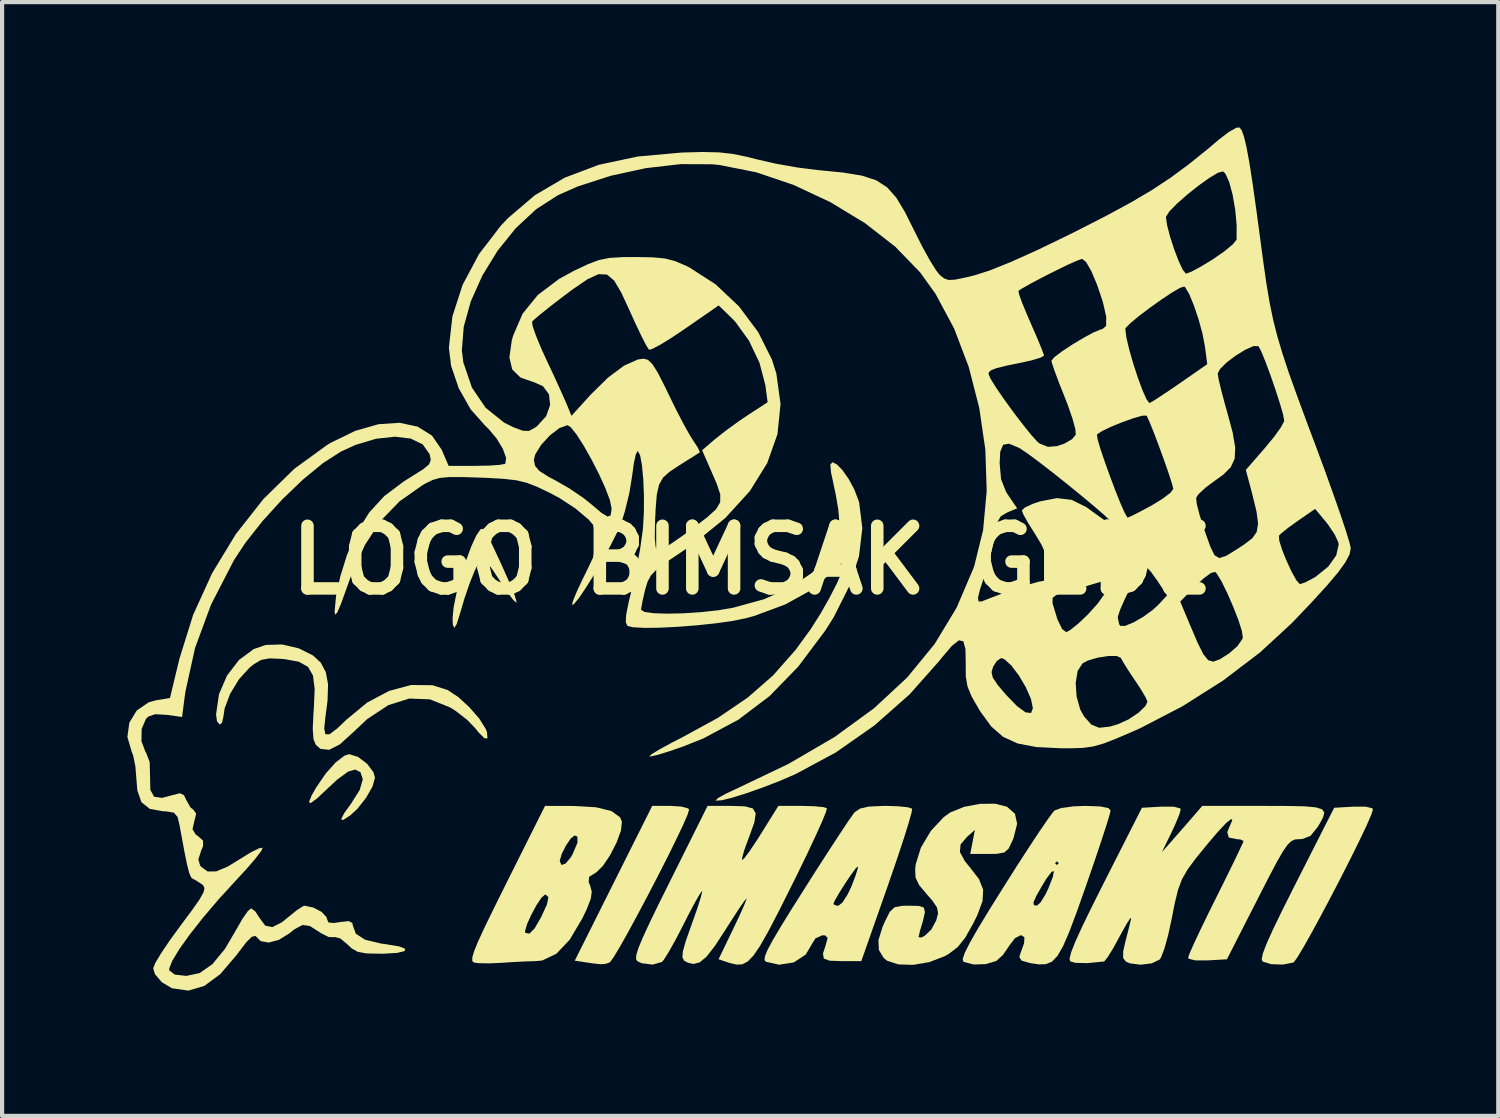
<source format=kicad_pcb>
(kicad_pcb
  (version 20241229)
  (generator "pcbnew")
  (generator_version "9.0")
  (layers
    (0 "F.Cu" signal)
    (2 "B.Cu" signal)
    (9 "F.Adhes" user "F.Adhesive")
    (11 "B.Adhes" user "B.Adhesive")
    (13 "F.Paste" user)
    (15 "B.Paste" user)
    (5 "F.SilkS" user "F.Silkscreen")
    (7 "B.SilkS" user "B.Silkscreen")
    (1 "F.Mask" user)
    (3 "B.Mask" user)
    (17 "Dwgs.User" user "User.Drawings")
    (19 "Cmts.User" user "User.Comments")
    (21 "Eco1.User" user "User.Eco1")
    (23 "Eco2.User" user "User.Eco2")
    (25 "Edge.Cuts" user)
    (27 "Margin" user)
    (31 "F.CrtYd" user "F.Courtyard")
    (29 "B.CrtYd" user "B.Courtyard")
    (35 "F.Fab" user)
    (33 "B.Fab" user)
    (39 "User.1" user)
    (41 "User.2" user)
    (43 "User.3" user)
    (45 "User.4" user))
  (footprint "LOGO BIMSAK GEDE"
    (layer "F.Cu")
    (at 14.955 10.361)
    (property "Reference" "LOGO BIMSAK GEDE" (at 0 0 0) (layer "F.SilkS") (effects (font (size 1.5 1.5) (thickness 0.3))))
    (attr board_only exclude_from_pos_files exclude_from_bom)
    (fp_poly (pts (xy -1.694 5.901) (xy -1.534 5.943) (xy -1.505 5.975) (xy -1.544 6.101) (xy -1.653 6.351) (xy -1.818 6.697) (xy -2.023 7.113) (xy -2.255 7.569) (xy -2.499 8.039) (xy -2.741 8.495) (xy -2.966 8.91) (xy -3.16 9.255) (xy -3.309 9.503) (xy -3.398 9.627) (xy -3.409 9.635) (xy -3.513 9.669) (xy -3.624 9.676) (xy -3.805 9.657) (xy -4.002 9.628) (xy -4.243 9.591) (xy -3.316 7.738) (xy -2.389 5.885) (xy -1.947 5.885)) (stroke (width 0) (type solid)) (fill yes) (layer "F.SilkS"))
    (fp_poly (pts (xy 14.692 5.903) (xy 14.849 5.94) (xy 14.868 5.97) (xy 14.829 6.097) (xy 14.72 6.348) (xy 14.555 6.695) (xy 14.35 7.111) (xy 14.118 7.568) (xy 13.874 8.039) (xy 13.632 8.495) (xy 13.407 8.91) (xy 13.213 9.255) (xy 13.064 9.504) (xy 12.975 9.627) (xy 12.964 9.635) (xy 12.711 9.684) (xy 12.432 9.675) (xy 12.227 9.613) (xy 12.205 9.553) (xy 12.233 9.419) (xy 12.317 9.195) (xy 12.465 8.865) (xy 12.683 8.414) (xy 12.978 7.825) (xy 13.024 7.734) (xy 13.94 5.93) (xy 14.404 5.903)) (stroke (width 0) (type solid)) (fill yes) (layer "F.SilkS"))
    (fp_poly (pts (xy -9.429 4.714) (xy -9.215 4.877) (xy -9.063 5.079) (xy -9.027 5.211) (xy -9.087 5.425) (xy -9.241 5.693) (xy -9.447 5.954) (xy -9.617 6.111) (xy -9.788 6.222) (xy -9.838 6.207) (xy -9.767 6.065) (xy -9.597 5.828) (xy -9.393 5.505) (xy -9.318 5.249) (xy -9.374 5.077) (xy -9.502 5.015) (xy -9.67 5.064) (xy -9.926 5.251) (xy -10.144 5.453) (xy -10.41 5.703) (xy -10.564 5.817) (xy -10.608 5.795) (xy -10.544 5.636) (xy -10.434 5.443) (xy -10.204 5.108) (xy -9.967 4.843) (xy -9.755 4.681) (xy -9.642 4.646)) (stroke (width 0) (type solid)) (fill yes) (layer "F.SilkS"))
    (fp_poly (pts (xy -6.383 -0.682) (xy -6.306 -0.553) (xy -6.017 0.066) (xy -5.809 0.532) (xy -5.682 0.843) (xy -5.637 0.999) (xy -5.644 1.018) (xy -5.72 0.948) (xy -5.857 0.765) (xy -6.028 0.507) (xy -6.041 0.487) (xy -6.215 0.224) (xy -6.362 0.035) (xy -6.451 -0.044) (xy -6.455 -0.044) (xy -6.529 0.035) (xy -6.636 0.247) (xy -6.76 0.555) (xy -6.885 0.921) (xy -6.986 1.263) (xy -7.069 1.529) (xy -7.128 1.624) (xy -7.162 1.546) (xy -7.169 1.388) (xy -7.142 1.121) (xy -7.072 0.777) (xy -6.97 0.396) (xy -6.849 0.016) (xy -6.722 -0.325) (xy -6.602 -0.588) (xy -6.501 -0.735) (xy -6.465 -0.752)) (stroke (width 0) (type solid)) (fill yes) (layer "F.SilkS"))
    (fp_poly (pts (xy 3.502 5.894) (xy 3.733 5.918) (xy 3.836 5.952) (xy 3.836 5.952) (xy 3.82 6.051) (xy 3.752 6.292) (xy 3.641 6.649) (xy 3.493 7.097) (xy 3.317 7.61) (xy 3.248 7.81) (xy 2.618 9.602) (xy 2.15 9.602) (xy 1.861 9.592) (xy 1.721 9.542) (xy 1.7 9.422) (xy 1.768 9.21) (xy 1.812 9.046) (xy 1.756 8.988) (xy 1.685 8.983) (xy 1.52 9.057) (xy 1.465 9.144) (xy 1.286 9.446) (xy 1.001 9.633) (xy 0.65 9.688) (xy 0.336 9.618) (xy 0.3 9.578) (xy 0.309 9.49) (xy 0.371 9.337) (xy 0.497 9.102) (xy 0.695 8.768) (xy 0.974 8.316) (xy 1.025 8.237) (xy 1.947 8.237) (xy 2.018 8.272) (xy 2.068 8.275) (xy 2.166 8.2) (xy 2.29 8.005) (xy 2.379 7.819) (xy 2.477 7.564) (xy 2.533 7.385) (xy 2.537 7.331) (xy 2.482 7.383) (xy 2.367 7.54) (xy 2.225 7.752) (xy 2.087 7.971) (xy 1.984 8.15) (xy 1.947 8.237) (xy 1.025 8.237) (xy 1.252 7.877) (xy 1.567 7.381) (xy 1.858 6.93) (xy 2.109 6.546) (xy 2.304 6.253) (xy 2.428 6.076) (xy 2.455 6.04) (xy 2.585 5.95) (xy 2.797 5.902) (xy 3.137 5.886) (xy 3.195 5.885)) (stroke (width 0) (type solid)) (fill yes) (layer "F.SilkS"))
    (fp_poly (pts (xy 6.106 5.905) (xy 6.107 5.906) (xy 6.297 6.073) (xy 6.349 6.313) (xy 6.265 6.648) (xy 6.242 6.707) (xy 6.148 6.903) (xy 6.043 7) (xy 5.864 7.033) (xy 5.665 7.036) (xy 5.226 7.036) (xy 5.282 6.748) (xy 5.337 6.461) (xy 5.147 6.629) (xy 4.995 6.808) (xy 4.978 6.989) (xy 5.099 7.21) (xy 5.22 7.358) (xy 5.437 7.64) (xy 5.536 7.892) (xy 5.521 8.164) (xy 5.395 8.503) (xy 5.299 8.697) (xy 5.107 9.039) (xy 4.926 9.266) (xy 4.713 9.428) (xy 4.61 9.486) (xy 4.247 9.625) (xy 3.863 9.691) (xy 3.509 9.681) (xy 3.237 9.594) (xy 3.156 9.529) (xy 3.039 9.336) (xy 3.028 9.102) (xy 3.125 8.785) (xy 3.184 8.651) (xy 3.299 8.422) (xy 3.414 8.312) (xy 3.597 8.277) (xy 3.767 8.275) (xy 3.994 8.28) (xy 4.114 8.318) (xy 4.142 8.428) (xy 4.093 8.644) (xy 4.021 8.882) (xy 3.989 9.028) (xy 4.052 9.037) (xy 4.137 8.995) (xy 4.295 8.844) (xy 4.412 8.627) (xy 4.456 8.456) (xy 4.43 8.315) (xy 4.313 8.145) (xy 4.189 8.005) (xy 4.002 7.78) (xy 3.917 7.604) (xy 3.907 7.406) (xy 3.92 7.285) (xy 4.045 6.883) (xy 4.285 6.481) (xy 4.593 6.152) (xy 4.75 6.041) (xy 5.077 5.908) (xy 5.459 5.836) (xy 5.825 5.833)) (stroke (width 0) (type solid)) (fill yes) (layer "F.SilkS"))
    (fp_poly (pts (xy -10.853 2.112) (xy -10.509 2.284) (xy -10.325 2.455) (xy -10.204 2.683) (xy -10.15 2.972) (xy -10.162 3.361) (xy -10.211 3.739) (xy -10.242 4.028) (xy -10.215 4.171) (xy -10.115 4.17) (xy -9.927 4.028) (xy -9.714 3.824) (xy -9.215 3.411) (xy -8.687 3.131) (xy -8.157 2.99) (xy -7.651 2.996) (xy -7.29 3.109) (xy -7.037 3.275) (xy -6.767 3.522) (xy -6.529 3.796) (xy -6.372 4.047) (xy -6.345 4.121) (xy -6.333 4.267) (xy -6.404 4.267) (xy -6.546 4.126) (xy -6.621 4.031) (xy -6.815 3.829) (xy -7.085 3.618) (xy -7.222 3.53) (xy -7.711 3.334) (xy -8.205 3.315) (xy -8.706 3.472) (xy -9.213 3.807) (xy -9.547 4.121) (xy -9.866 4.411) (xy -10.124 4.543) (xy -10.331 4.52) (xy -10.443 4.425) (xy -10.499 4.288) (xy -10.517 4.039) (xy -10.499 3.65) (xy -10.491 3.558) (xy -10.471 3.089) (xy -10.511 2.764) (xy -10.631 2.555) (xy -10.848 2.434) (xy -11.18 2.373) (xy -11.251 2.366) (xy -11.551 2.353) (xy -11.753 2.39) (xy -11.934 2.498) (xy -12.031 2.576) (xy -12.284 2.854) (xy -12.495 3.203) (xy -12.627 3.553) (xy -12.654 3.739) (xy -12.689 3.895) (xy -12.744 3.938) (xy -12.808 3.862) (xy -12.832 3.695) (xy -12.762 3.212) (xy -12.57 2.766) (xy -12.285 2.393) (xy -11.931 2.131) (xy -11.644 2.031) (xy -11.253 2.02)) (stroke (width 0) (type solid)) (fill yes) (layer "F.SilkS"))
    (fp_poly (pts (xy -4.27 5.887) (xy -3.734 5.918) (xy -3.364 6.009) (xy -3.157 6.161) (xy -3.114 6.264) (xy -3.136 6.473) (xy -3.24 6.759) (xy -3.394 7.061) (xy -3.568 7.321) (xy -3.73 7.479) (xy -3.749 7.489) (xy -3.9 7.584) (xy -3.91 7.707) (xy -3.874 7.797) (xy -3.836 7.938) (xy -3.859 8.108) (xy -3.954 8.353) (xy -4.061 8.577) (xy -4.364 9.089) (xy -4.683 9.425) (xy -5.02 9.586) (xy -5.171 9.602) (xy -5.425 9.609) (xy -5.763 9.627) (xy -5.983 9.642) (xy -6.293 9.656) (xy -6.547 9.651) (xy -6.657 9.636) (xy -6.696 9.601) (xy -6.697 9.517) (xy -6.653 9.365) (xy -6.557 9.129) (xy -6.441 8.878) (xy -5.433 8.878) (xy -5.427 8.925) (xy -5.329 8.944) (xy -5.203 8.816) (xy -5.043 8.538) (xy -4.908 8.242) (xy -4.874 8.071) (xy -4.938 8.01) (xy -4.955 8.009) (xy -5.039 8.081) (xy -5.158 8.259) (xy -5.282 8.488) (xy -5.384 8.713) (xy -5.433 8.878) (xy -6.441 8.878) (xy -6.4 8.79) (xy -6.176 8.329) (xy -5.882 7.738) (xy -5.617 7.208) (xy -4.602 7.208) (xy -4.561 7.301) (xy -4.461 7.264) (xy -4.336 7.114) (xy -4.295 7.04) (xy -4.178 6.766) (xy -4.18 6.621) (xy -4.246 6.593) (xy -4.338 6.665) (xy -4.454 6.835) (xy -4.555 7.035) (xy -4.602 7.2) (xy -4.602 7.208) (xy -5.617 7.208) (xy -4.955 5.885)) (stroke (width 0) (type solid)) (fill yes) (layer "F.SilkS"))
    (fp_poly (pts (xy 8.338 5.898) (xy 8.535 5.938) (xy 8.587 5.996) (xy 8.56 6.11) (xy 8.482 6.364) (xy 8.362 6.731) (xy 8.21 7.184) (xy 8.033 7.697) (xy 7.99 7.821) (xy 7.771 8.44) (xy 7.594 8.91) (xy 7.446 9.25) (xy 7.314 9.478) (xy 7.183 9.614) (xy 7.039 9.674) (xy 6.87 9.68) (xy 6.661 9.649) (xy 6.653 9.647) (xy 6.456 9.59) (xy 6.402 9.505) (xy 6.419 9.442) (xy 6.515 9.174) (xy 6.524 9.031) (xy 6.446 8.983) (xy 6.429 8.983) (xy 6.295 9.055) (xy 6.161 9.23) (xy 6.152 9.246) (xy 6.006 9.458) (xy 5.846 9.6) (xy 5.595 9.674) (xy 5.306 9.682) (xy 5.074 9.622) (xy 5.061 9.614) (xy 5.046 9.55) (xy 5.094 9.406) (xy 5.213 9.168) (xy 5.41 8.823) (xy 5.693 8.356) (xy 5.793 8.196) (xy 6.74 8.196) (xy 6.75 8.261) (xy 6.82 8.275) (xy 6.906 8.201) (xy 7.024 8.012) (xy 7.093 7.869) (xy 7.205 7.583) (xy 7.23 7.446) (xy 7.174 7.462) (xy 7.044 7.637) (xy 6.958 7.778) (xy 6.806 8.045) (xy 6.74 8.196) (xy 5.793 8.196) (xy 6.026 7.824) (xy 6.342 7.325) (xy 6.386 7.257) (xy 7.257 7.257) (xy 7.301 7.301) (xy 7.346 7.257) (xy 7.301 7.213) (xy 7.257 7.257) (xy 6.386 7.257) (xy 6.634 6.874) (xy 6.886 6.493) (xy 7.084 6.205) (xy 7.21 6.032) (xy 7.243 5.996) (xy 7.408 5.935) (xy 7.697 5.896) (xy 7.982 5.885)) (stroke (width 0) (type solid)) (fill yes) (layer "F.SilkS"))
    (fp_poly (pts (xy -0.167 5.896) (xy 0.021 5.946) (xy 0.09 6.065) (xy 0.056 6.283) (xy -0.068 6.628) (xy -0.092 6.69) (xy -0.185 6.946) (xy -0.235 7.128) (xy -0.236 7.184) (xy -0.177 7.13) (xy -0.049 6.957) (xy 0.125 6.696) (xy 0.216 6.553) (xy 0.632 5.885) (xy 1.186 5.885) (xy 1.484 5.893) (xy 1.705 5.914) (xy 1.794 5.939) (xy 1.772 6.03) (xy 1.68 6.256) (xy 1.528 6.594) (xy 1.328 7.021) (xy 1.089 7.513) (xy 0.946 7.801) (xy 0.638 8.416) (xy 0.392 8.888) (xy 0.196 9.233) (xy 0.036 9.469) (xy -0.103 9.612) (xy -0.233 9.679) (xy -0.369 9.685) (xy -0.524 9.649) (xy -0.573 9.633) (xy -0.8 9.557) (xy -0.448 8.827) (xy -0.297 8.509) (xy -0.186 8.261) (xy -0.131 8.119) (xy -0.129 8.098) (xy -0.187 8.168) (xy -0.317 8.357) (xy -0.496 8.632) (xy -0.635 8.851) (xy -0.891 9.243) (xy -1.089 9.496) (xy -1.252 9.632) (xy -1.403 9.67) (xy -1.536 9.639) (xy -1.625 9.591) (xy -1.666 9.51) (xy -1.654 9.366) (xy -1.587 9.127) (xy -1.459 8.763) (xy -1.417 8.646) (xy -1.303 8.323) (xy -1.225 8.074) (xy -1.192 7.936) (xy -1.195 7.921) (xy -1.249 7.995) (xy -1.364 8.195) (xy -1.519 8.487) (xy -1.647 8.74) (xy -1.828 9.088) (xy -1.989 9.376) (xy -2.109 9.567) (xy -2.157 9.623) (xy -2.38 9.685) (xy -2.64 9.652) (xy -2.744 9.604) (xy -2.776 9.554) (xy -2.77 9.455) (xy -2.718 9.287) (xy -2.612 9.033) (xy -2.446 8.673) (xy -2.211 8.19) (xy -1.969 7.703) (xy -1.063 5.885) (xy -0.487 5.885)) (stroke (width 0) (type solid)) (fill yes) (layer "F.SilkS"))
    (fp_poly (pts (xy 12.817 5.887) (xy 13.226 5.895) (xy 13.498 5.919) (xy 13.65 5.966) (xy 13.703 6.043) (xy 13.676 6.158) (xy 13.588 6.319) (xy 13.542 6.394) (xy 13.375 6.601) (xy 13.18 6.678) (xy 13.102 6.682) (xy 13.004 6.689) (xy 12.917 6.726) (xy 12.826 6.813) (xy 12.715 6.971) (xy 12.57 7.223) (xy 12.377 7.589) (xy 12.119 8.091) (xy 12.105 8.12) (xy 11.372 9.558) (xy 10.908 9.585) (xy 10.619 9.585) (xy 10.463 9.547) (xy 10.443 9.517) (xy 10.481 9.41) (xy 10.586 9.174) (xy 10.745 8.836) (xy 10.944 8.425) (xy 11.107 8.098) (xy 11.327 7.656) (xy 11.516 7.271) (xy 11.661 6.97) (xy 11.75 6.78) (xy 11.771 6.727) (xy 11.697 6.689) (xy 11.608 6.682) (xy 11.417 6.642) (xy 11.38 6.515) (xy 11.427 6.397) (xy 11.501 6.23) (xy 11.474 6.198) (xy 11.353 6.295) (xy 11.146 6.517) (xy 10.913 6.791) (xy 10.626 7.143) (xy 10.428 7.411) (xy 10.294 7.645) (xy 10.201 7.896) (xy 10.123 8.216) (xy 10.045 8.613) (xy 9.963 8.986) (xy 9.875 9.302) (xy 9.795 9.512) (xy 9.761 9.564) (xy 9.572 9.655) (xy 9.305 9.688) (xy 9.049 9.655) (xy 8.954 9.614) (xy 8.888 9.53) (xy 8.888 9.371) (xy 8.937 9.15) (xy 9.009 8.87) (xy 9.066 8.638) (xy 9.079 8.585) (xy 9.062 8.571) (xy 8.982 8.691) (xy 8.853 8.919) (xy 8.807 9.005) (xy 8.65 9.291) (xy 8.518 9.505) (xy 8.436 9.608) (xy 8.429 9.611) (xy 8.032 9.65) (xy 7.744 9.643) (xy 7.621 9.608) (xy 7.603 9.542) (xy 7.643 9.387) (xy 7.745 9.13) (xy 7.916 8.756) (xy 8.161 8.253) (xy 8.422 7.734) (xy 9.337 5.93) (xy 9.802 5.903) (xy 10.096 5.903) (xy 10.249 5.943) (xy 10.266 5.972) (xy 10.23 6.099) (xy 10.135 6.327) (xy 10.041 6.53) (xy 9.815 6.992) (xy 10.05 6.726) (xy 10.271 6.474) (xy 10.504 6.206) (xy 10.533 6.173) (xy 10.782 5.885) (xy 12.25 5.885)) (stroke (width 0) (type solid)) (fill yes) (layer "F.SilkS"))
    (fp_poly (pts (xy 11.726 -10.291) (xy 11.781 -10.137) (xy 11.842 -9.883) (xy 11.91 -9.514) (xy 11.988 -9.013) (xy 12.079 -8.365) (xy 12.163 -7.74) (xy 12.245 -7.126) (xy 12.319 -6.612) (xy 12.394 -6.168) (xy 12.477 -5.763) (xy 12.577 -5.365) (xy 12.702 -4.945) (xy 12.859 -4.472) (xy 13.059 -3.915) (xy 13.307 -3.243) (xy 13.501 -2.727) (xy 13.724 -2.126) (xy 13.924 -1.569) (xy 14.094 -1.082) (xy 14.225 -0.688) (xy 14.309 -0.412) (xy 14.337 -0.28) (xy 14.308 -0.136) (xy 14.21 0.05) (xy 14.033 0.295) (xy 13.763 0.614) (xy 13.388 1.024) (xy 12.93 1.505) (xy 12.167 2.209) (xy 11.278 2.885) (xy 10.312 3.497) (xy 9.32 4.013) (xy 9.16 4.085) (xy 8.739 4.267) (xy 8.428 4.389) (xy 8.176 4.461) (xy 7.932 4.496) (xy 7.646 4.506) (xy 7.389 4.505) (xy 6.808 4.476) (xy 6.362 4.391) (xy 6.015 4.233) (xy 5.729 3.984) (xy 5.469 3.627) (xy 5.44 3.58) (xy 5.26 3.267) (xy 5.161 3.028) (xy 5.12 2.79) (xy 5.119 2.682) (xy 5.736 2.682) (xy 5.765 2.811) (xy 5.88 2.985) (xy 6.077 3.218) (xy 6.346 3.496) (xy 6.553 3.646) (xy 6.683 3.661) (xy 6.726 3.546) (xy 6.679 3.322) (xy 6.557 3.045) (xy 6.495 2.939) (xy 7.751 2.939) (xy 7.773 3.268) (xy 7.861 3.58) (xy 7.949 3.739) (xy 8.124 3.937) (xy 8.314 4.015) (xy 8.571 3.986) (xy 8.771 3.926) (xy 9.024 3.81) (xy 9.258 3.652) (xy 9.423 3.492) (xy 9.47 3.39) (xy 9.423 3.282) (xy 9.302 3.078) (xy 9.168 2.876) (xy 9.001 2.626) (xy 8.879 2.428) (xy 8.834 2.342) (xy 8.736 2.296) (xy 8.531 2.296) (xy 8.281 2.335) (xy 8.046 2.404) (xy 7.915 2.472) (xy 7.798 2.654) (xy 7.751 2.939) (xy 6.495 2.939) (xy 6.39 2.762) (xy 6.21 2.523) (xy 6.044 2.373) (xy 5.966 2.345) (xy 5.861 2.417) (xy 5.774 2.554) (xy 5.736 2.682) (xy 5.119 2.682) (xy 5.117 2.48) (xy 5.118 2.463) (xy 5.111 2.126) (xy 5.061 1.945) (xy 4.957 1.92) (xy 4.789 2.051) (xy 4.545 2.336) (xy 4.484 2.415) (xy 3.774 3.215) (xy 2.934 3.957) (xy 2.007 4.606) (xy 1.039 5.126) (xy 1.035 5.128) (xy 0.656 5.291) (xy 0.253 5.446) (xy -0.135 5.583) (xy -0.474 5.689) (xy -0.728 5.751) (xy -0.86 5.76) (xy -0.868 5.755) (xy -0.817 5.7) (xy -0.641 5.601) (xy -0.39 5.483) (xy 0.877 4.878) (xy 1.977 4.236) (xy 2.921 3.549) (xy 3.717 2.81) (xy 4.374 2.008) (xy 4.901 1.137) (xy 4.951 1.02) (xy 7.195 1.02) (xy 7.205 1.064) (xy 7.315 1.421) (xy 7.426 1.65) (xy 7.525 1.726) (xy 7.631 1.667) (xy 7.819 1.514) (xy 7.962 1.379) (xy 8.759 1.379) (xy 8.792 1.536) (xy 8.817 1.574) (xy 8.93 1.576) (xy 9.132 1.494) (xy 9.372 1.356) (xy 9.602 1.188) (xy 9.726 1.073) (xy 9.801 0.993) (xy 10.254 0.993) (xy 10.491 1.559) (xy 10.67 1.978) (xy 10.806 2.252) (xy 10.924 2.397) (xy 11.048 2.432) (xy 11.203 2.374) (xy 11.412 2.241) (xy 11.426 2.232) (xy 11.624 2.06) (xy 11.743 1.886) (xy 11.753 1.848) (xy 11.729 1.692) (xy 11.645 1.431) (xy 11.522 1.115) (xy 11.382 0.793) (xy 11.245 0.513) (xy 11.131 0.326) (xy 11.088 0.281) (xy 10.986 0.311) (xy 10.808 0.443) (xy 10.629 0.611) (xy 10.254 0.993) (xy 9.801 0.993) (xy 9.939 0.845) (xy 9.703 0.489) (xy 9.553 0.281) (xy 9.437 0.153) (xy 9.402 0.133) (xy 9.328 0.207) (xy 9.207 0.396) (xy 9.066 0.652) (xy 8.929 0.928) (xy 8.819 1.177) (xy 8.762 1.349) (xy 8.759 1.379) (xy 7.962 1.379) (xy 8.042 1.303) (xy 8.275 1.045) (xy 8.447 0.804) (xy 8.542 0.613) (xy 8.542 0.502) (xy 8.501 0.487) (xy 8.376 0.512) (xy 8.177 0.571) (xy 7.924 0.648) (xy 7.614 0.733) (xy 7.537 0.754) (xy 7.301 0.825) (xy 7.2 0.901) (xy 7.195 1.02) (xy 4.951 1.02) (xy 5.002 0.9) (xy 5.412 0.9) (xy 5.424 0.988) (xy 5.497 0.991) (xy 5.553 0.969) (xy 5.714 0.905) (xy 5.981 0.805) (xy 6.284 0.696) (xy 6.6 0.591) (xy 6.868 0.517) (xy 7.025 0.489) (xy 7.137 0.419) (xy 7.153 0.232) (xy 7.082 -0.042) (xy 6.929 -0.375) (xy 6.774 -0.632) (xy 6.611 -0.89) (xy 6.498 -1.093) (xy 6.461 -1.19) (xy 6.538 -1.262) (xy 6.736 -1.352) (xy 6.901 -1.407) (xy 7.303 -1.484) (xy 7.653 -1.443) (xy 8.006 -1.269) (xy 8.237 -1.101) (xy 8.447 -0.95) (xy 8.597 -0.87) (xy 8.64 -0.867) (xy 8.591 -0.933) (xy 8.428 -1.085) (xy 8.18 -1.299) (xy 7.873 -1.555) (xy 7.536 -1.829) (xy 7.196 -2.1) (xy 6.88 -2.344) (xy 6.615 -2.541) (xy 6.43 -2.667) (xy 6.396 -2.687) (xy 6.157 -2.787) (xy 6.014 -2.763) (xy 5.945 -2.598) (xy 5.93 -2.321) (xy 5.964 -1.938) (xy 6.083 -1.636) (xy 6.14 -1.547) (xy 6.35 -1.24) (xy 6.108 -1.139) (xy 5.955 -1.046) (xy 5.867 -0.897) (xy 5.813 -0.633) (xy 5.808 -0.593) (xy 5.742 -0.247) (xy 5.64 0.148) (xy 5.574 0.36) (xy 5.461 0.699) (xy 5.412 0.9) (xy 5.002 0.9) (xy 5.306 0.188) (xy 5.323 0.14) (xy 5.534 -0.717) (xy 5.62 -1.656) (xy 5.588 -2.644) (xy 5.442 -3.644) (xy 5.234 -4.455) (xy 5.664 -4.455) (xy 5.715 -4.338) (xy 5.851 -4.121) (xy 6.043 -3.841) (xy 6.266 -3.535) (xy 6.491 -3.24) (xy 6.691 -2.992) (xy 6.839 -2.83) (xy 6.886 -2.792) (xy 7.086 -2.712) (xy 7.301 -2.729) (xy 7.475 -2.786) (xy 7.663 -2.895) (xy 7.753 -3.002) (xy 7.753 -3.002) (xy 8.26 -3.002) (xy 8.276 -2.892) (xy 8.343 -2.663) (xy 8.447 -2.355) (xy 8.572 -2.007) (xy 8.703 -1.66) (xy 8.826 -1.353) (xy 8.927 -1.127) (xy 8.989 -1.021) (xy 8.996 -1.018) (xy 9.09 -1.057) (xy 9.294 -1.161) (xy 9.563 -1.305) (xy 9.828 -1.466) (xy 9.862 -1.492) (xy 10.635 -1.492) (xy 10.649 -1.351) (xy 10.714 -1.094) (xy 10.816 -0.768) (xy 10.852 -0.665) (xy 10.976 -0.319) (xy 11.074 -0.118) (xy 11.187 -0.049) (xy 11.352 -0.1) (xy 11.61 -0.259) (xy 11.793 -0.38) (xy 11.98 -0.523) (xy 12.024 -0.585) (xy 12.618 -0.585) (xy 12.625 -0.468) (xy 12.692 -0.251) (xy 12.798 0.013) (xy 12.919 0.273) (xy 13.032 0.478) (xy 13.116 0.573) (xy 13.124 0.575) (xy 13.25 0.532) (xy 13.451 0.426) (xy 13.499 0.397) (xy 13.797 0.157) (xy 13.989 -0.112) (xy 14.048 -0.37) (xy 14.038 -0.429) (xy 13.952 -0.615) (xy 13.795 -0.849) (xy 13.737 -0.922) (xy 13.484 -1.225) (xy 13.074 -0.943) (xy 12.84 -0.775) (xy 12.672 -0.64) (xy 12.618 -0.585) (xy 12.024 -0.585) (xy 12.086 -0.676) (xy 12.118 -0.877) (xy 12.08 -1.166) (xy 11.978 -1.582) (xy 11.975 -1.596) (xy 11.825 -2.159) (xy 12.284 -2.688) (xy 12.502 -2.952) (xy 12.664 -3.178) (xy 12.741 -3.322) (xy 12.744 -3.339) (xy 12.716 -3.49) (xy 12.64 -3.753) (xy 12.534 -4.082) (xy 12.414 -4.43) (xy 12.295 -4.75) (xy 12.195 -4.996) (xy 12.128 -5.121) (xy 12.126 -5.123) (xy 12.012 -5.125) (xy 11.816 -5.039) (xy 11.584 -4.897) (xy 11.364 -4.731) (xy 11.205 -4.573) (xy 11.151 -4.466) (xy 11.175 -4.323) (xy 11.238 -4.058) (xy 11.329 -3.717) (xy 11.377 -3.549) (xy 11.509 -3.057) (xy 11.571 -2.696) (xy 11.558 -2.43) (xy 11.464 -2.224) (xy 11.282 -2.043) (xy 11.107 -1.918) (xy 10.865 -1.739) (xy 10.692 -1.579) (xy 10.635 -1.492) (xy 9.862 -1.492) (xy 10.017 -1.609) (xy 10.088 -1.703) (xy 10.059 -1.823) (xy 9.983 -2.06) (xy 9.875 -2.371) (xy 9.752 -2.709) (xy 9.631 -3.03) (xy 9.527 -3.289) (xy 9.459 -3.441) (xy 9.446 -3.461) (xy 9.344 -3.457) (xy 9.134 -3.398) (xy 8.869 -3.303) (xy 8.601 -3.194) (xy 8.383 -3.09) (xy 8.266 -3.012) (xy 8.26 -3.002) (xy 7.753 -3.002) (xy 7.743 -3.135) (xy 7.674 -3.388) (xy 7.56 -3.717) (xy 7.486 -3.907) (xy 7.348 -4.254) (xy 7.241 -4.542) (xy 7.179 -4.73) (xy 7.17 -4.776) (xy 7.242 -4.861) (xy 7.425 -4.999) (xy 7.673 -5.163) (xy 7.942 -5.324) (xy 8.185 -5.454) (xy 8.357 -5.526) (xy 8.392 -5.531) (xy 8.396 -5.535) (xy 8.939 -5.535) (xy 8.964 -5.334) (xy 9.032 -5.045) (xy 9.128 -4.71) (xy 9.238 -4.371) (xy 9.349 -4.071) (xy 9.445 -3.854) (xy 9.514 -3.762) (xy 9.518 -3.761) (xy 9.605 -3.808) (xy 9.801 -3.935) (xy 10.074 -4.118) (xy 10.231 -4.226) (xy 10.901 -4.691) (xy 10.845 -5.118) (xy 10.787 -5.421) (xy 10.694 -5.763) (xy 10.582 -6.095) (xy 10.47 -6.368) (xy 10.374 -6.531) (xy 10.351 -6.551) (xy 10.255 -6.521) (xy 10.059 -6.408) (xy 9.804 -6.238) (xy 9.526 -6.041) (xy 9.265 -5.843) (xy 9.06 -5.673) (xy 8.948 -5.558) (xy 8.939 -5.535) (xy 8.396 -5.535) (xy 8.479 -5.607) (xy 8.482 -5.827) (xy 8.402 -6.18) (xy 8.265 -6.588) (xy 8.125 -6.921) (xy 7.999 -7.138) (xy 7.906 -7.213) (xy 7.792 -7.174) (xy 7.567 -7.074) (xy 7.277 -6.933) (xy 6.967 -6.776) (xy 6.681 -6.625) (xy 6.464 -6.502) (xy 6.38 -6.446) (xy 6.397 -6.358) (xy 6.474 -6.147) (xy 6.597 -5.851) (xy 6.668 -5.687) (xy 6.812 -5.357) (xy 6.923 -5.09) (xy 6.985 -4.926) (xy 6.992 -4.896) (xy 6.913 -4.848) (xy 6.707 -4.786) (xy 6.483 -4.735) (xy 6.097 -4.656) (xy 5.854 -4.596) (xy 5.723 -4.545) (xy 5.67 -4.492) (xy 5.664 -4.455) (xy 5.234 -4.455) (xy 5.191 -4.623) (xy 4.84 -5.545) (xy 4.396 -6.374) (xy 4.028 -6.887) (xy 3.433 -7.502) (xy 2.703 -8.07) (xy 1.878 -8.57) (xy 0.997 -8.983) (xy 0.101 -9.286) (xy -0.77 -9.459) (xy -0.955 -9.478) (xy -1.71 -9.481) (xy -2.54 -9.385) (xy -3.383 -9.202) (xy -4.175 -8.945) (xy -4.646 -8.737) (xy -5.168 -8.401) (xy -5.656 -7.947) (xy -6.091 -7.407) (xy -6.456 -6.813) (xy -6.732 -6.196) (xy -6.901 -5.589) (xy -6.947 -5.022) (xy -6.911 -4.734) (xy -6.706 -4.132) (xy -6.378 -3.648) (xy -5.936 -3.293) (xy -5.713 -3.182) (xy -5.487 -3.098) (xy -5.342 -3.092) (xy -5.2 -3.168) (xy -5.146 -3.207) (xy -4.928 -3.446) (xy -4.833 -3.715) (xy -4.86 -3.969) (xy -5.006 -4.166) (xy -5.202 -4.252) (xy -5.542 -4.371) (xy -5.741 -4.566) (xy -5.808 -4.856) (xy -5.751 -5.259) (xy -5.718 -5.377) (xy -5.575 -5.708) (xy -5.266 -5.708) (xy -5.251 -5.6) (xy -5.171 -5.371) (xy -5.041 -5.057) (xy -4.926 -4.806) (xy -4.749 -4.428) (xy -4.591 -4.082) (xy -4.472 -3.817) (xy -4.43 -3.719) (xy -4.322 -3.455) (xy -3.865 -3.958) (xy -3.448 -4.369) (xy -3.063 -4.656) (xy -2.731 -4.804) (xy -2.594 -4.823) (xy -2.491 -4.795) (xy -2.384 -4.692) (xy -2.255 -4.488) (xy -2.086 -4.156) (xy -2.002 -3.981) (xy -1.814 -3.597) (xy -1.631 -3.245) (xy -1.479 -2.975) (xy -1.411 -2.869) (xy -1.295 -2.691) (xy -1.249 -2.586) (xy -1.251 -2.578) (xy -1.337 -2.523) (xy -1.529 -2.402) (xy -1.749 -2.264) (xy -1.978 -2.112) (xy -2.131 -1.973) (xy -2.225 -1.806) (xy -2.279 -1.569) (xy -2.307 -1.224) (xy -2.321 -0.907) (xy -2.327 -0.53) (xy -2.306 -0.308) (xy -2.255 -0.223) (xy -2.242 -0.221) (xy -2.13 -0.272) (xy -1.913 -0.408) (xy -1.627 -0.607) (xy -1.414 -0.765) (xy -1.075 -1.023) (xy -0.862 -1.215) (xy -0.761 -1.384) (xy -0.759 -1.573) (xy -0.843 -1.826) (xy -0.986 -2.156) (xy -1.194 -2.631) (xy -0.885 -2.896) (xy -0.634 -3.094) (xy -0.317 -3.324) (xy -0.1 -3.471) (xy 0.375 -3.78) (xy 0.32 -4.191) (xy 0.181 -4.722) (xy -0.071 -5.252) (xy -0.397 -5.704) (xy -0.483 -5.793) (xy -0.797 -6.098) (xy -1.595 -5.545) (xy -1.923 -5.325) (xy -2.199 -5.155) (xy -2.391 -5.054) (xy -2.464 -5.036) (xy -2.526 -5.13) (xy -2.641 -5.352) (xy -2.791 -5.667) (xy -2.927 -5.968) (xy -3.129 -6.405) (xy -3.3 -6.693) (xy -3.472 -6.837) (xy -3.674 -6.846) (xy -3.938 -6.725) (xy -4.293 -6.482) (xy -4.506 -6.323) (xy -4.811 -6.089) (xy -5.061 -5.89) (xy -5.223 -5.752) (xy -5.266 -5.708) (xy -5.575 -5.708) (xy -5.491 -5.901) (xy -5.128 -6.348) (xy -4.616 -6.734) (xy -4.27 -6.923) (xy -3.928 -7.085) (xy -3.662 -7.185) (xy -3.405 -7.236) (xy -3.087 -7.255) (xy -2.792 -7.257) (xy -2.381 -7.25) (xy -2.084 -7.222) (xy -1.84 -7.159) (xy -1.587 -7.051) (xy -1.494 -7.005) (xy -0.869 -6.602) (xy -0.311 -6.075) (xy 0.148 -5.461) (xy 0.478 -4.801) (xy 0.583 -4.471) (xy 0.684 -3.735) (xy 0.611 -3.018) (xy 0.365 -2.322) (xy -0.052 -1.651) (xy -0.639 -1.007) (xy -1.393 -0.395) (xy -1.694 -0.19) (xy -2.043 0.043) (xy -2.273 0.215) (xy -2.414 0.36) (xy -2.497 0.51) (xy -2.554 0.696) (xy -2.556 0.701) (xy -2.616 0.959) (xy -2.651 1.148) (xy -2.655 1.19) (xy -2.573 1.241) (xy -2.352 1.272) (xy -2.029 1.282) (xy -1.64 1.274) (xy -1.221 1.246) (xy -0.81 1.201) (xy -0.461 1.143) (xy 0.288 0.937) (xy 0.928 0.652) (xy 1.442 0.301) (xy 1.815 -0.107) (xy 2.031 -0.56) (xy 2.035 -0.573) (xy 2.076 -0.764) (xy 2.088 -0.964) (xy 2.067 -1.212) (xy 2.01 -1.545) (xy 1.914 -2.004) (xy 1.892 -2.102) (xy 1.876 -2.288) (xy 1.931 -2.344) (xy 2.035 -2.29) (xy 2.17 -2.15) (xy 2.315 -1.943) (xy 2.45 -1.693) (xy 2.554 -1.42) (xy 2.568 -1.372) (xy 2.642 -0.764) (xy 2.563 -0.094) (xy 2.333 0.62) (xy 1.959 1.364) (xy 1.756 1.686) (xy 1.109 2.549) (xy 0.423 3.255) (xy -0.327 3.822) (xy -1.163 4.269) (xy -1.646 4.462) (xy -1.986 4.58) (xy -2.258 4.663) (xy -2.424 4.701) (xy -2.455 4.699) (xy -2.399 4.645) (xy -2.214 4.532) (xy -1.932 4.378) (xy -1.669 4.243) (xy -0.817 3.778) (xy -0.105 3.294) (xy 0.503 2.763) (xy 1.043 2.152) (xy 1.404 1.656) (xy 1.634 1.294) (xy 1.85 0.915) (xy 2.033 0.558) (xy 2.16 0.265) (xy 2.211 0.075) (xy 2.212 0.068) (xy 2.159 0.068) (xy 2.023 0.178) (xy 1.862 0.34) (xy 1.404 0.727) (xy 0.797 1.062) (xy 0.067 1.333) (xy -0.133 1.389) (xy -0.443 1.453) (xy -0.843 1.511) (xy -1.295 1.559) (xy -1.76 1.596) (xy -2.199 1.618) (xy -2.576 1.623) (xy -2.85 1.608) (xy -2.981 1.576) (xy -3.021 1.49) (xy -3.012 1.307) (xy -2.951 0.999) (xy -2.879 0.707) (xy -2.773 0.245) (xy -2.68 -0.255) (xy -2.617 -0.7) (xy -2.609 -0.774) (xy -2.588 -1.151) (xy -2.587 -1.551) (xy -2.603 -1.936) (xy -2.634 -2.266) (xy -2.677 -2.504) (xy -2.73 -2.609) (xy -2.738 -2.611) (xy -2.782 -2.53) (xy -2.828 -2.319) (xy -2.867 -2.032) (xy -2.935 -1.611) (xy -3.046 -1.157) (xy -3.126 -0.903) (xy -3.233 -0.655) (xy -3.39 -0.343) (xy -3.579 0.002) (xy -3.779 0.346) (xy -3.973 0.657) (xy -4.139 0.902) (xy -4.259 1.05) (xy -4.309 1.075) (xy -4.289 0.984) (xy -4.203 0.774) (xy -4.068 0.482) (xy -3.988 0.321) (xy -3.828 -0.012) (xy -3.704 -0.295) (xy -3.636 -0.484) (xy -3.629 -0.526) (xy -3.705 -0.728) (xy -3.914 -0.973) (xy -4.225 -1.235) (xy -4.608 -1.486) (xy -4.839 -1.609) (xy -5.142 -1.754) (xy -5.389 -1.85) (xy -5.635 -1.91) (xy -5.933 -1.945) (xy -6.336 -1.968) (xy -6.507 -1.975) (xy -6.949 -1.989) (xy -7.258 -1.988) (xy -7.475 -1.967) (xy -7.645 -1.919) (xy -7.809 -1.839) (xy -7.894 -1.79) (xy -8.439 -1.406) (xy -8.89 -0.941) (xy -9.266 -0.365) (xy -9.589 0.348) (xy -9.703 0.664) (xy -9.838 1.042) (xy -9.93 1.255) (xy -9.981 1.306) (xy -9.994 1.239) (xy -9.958 0.855) (xy -9.855 0.383) (xy -9.701 -0.111) (xy -9.515 -0.559) (xy -9.461 -0.666) (xy -9.163 -1.142) (xy -8.807 -1.53) (xy -8.343 -1.88) (xy -8.136 -2.01) (xy -7.871 -2.176) (xy -7.732 -2.293) (xy -7.69 -2.398) (xy -7.716 -2.527) (xy -7.72 -2.538) (xy -7.884 -2.771) (xy -8.17 -2.91) (xy -8.552 -2.955) (xy -9.001 -2.905) (xy -9.49 -2.759) (xy -9.843 -2.598) (xy -10.273 -2.321) (xy -10.753 -1.927) (xy -11.247 -1.453) (xy -11.718 -0.936) (xy -12.13 -0.413) (xy -12.404 0.003) (xy -12.951 1.064) (xy -13.335 2.104) (xy -13.565 3.148) (xy -13.586 3.294) (xy -13.645 3.756) (xy -14.017 3.705) (xy -14.291 3.69) (xy -14.456 3.748) (xy -14.51 3.801) (xy -14.613 4.042) (xy -14.618 4.336) (xy -14.523 4.59) (xy -14.507 4.611) (xy -14.421 4.837) (xy -14.412 5.191) (xy -14.405 5.503) (xy -14.315 5.665) (xy -14.125 5.693) (xy -13.892 5.632) (xy -13.7 5.582) (xy -13.601 5.626) (xy -13.543 5.747) (xy -13.446 5.919) (xy -13.364 5.989) (xy -13.308 6.073) (xy -13.353 6.256) (xy -13.396 6.444) (xy -13.322 6.566) (xy -13.263 6.609) (xy -13.144 6.716) (xy -13.143 6.847) (xy -13.192 6.968) (xy -13.256 7.17) (xy -13.213 7.312) (xy -13.189 7.343) (xy -13.035 7.455) (xy -12.831 7.454) (xy -12.551 7.337) (xy -12.255 7.155) (xy -12.001 6.999) (xy -11.806 6.902) (xy -11.715 6.885) (xy -11.751 6.966) (xy -11.888 7.146) (xy -12.105 7.398) (xy -12.359 7.673) (xy -12.762 8.113) (xy -13.132 8.547) (xy -13.453 8.954) (xy -13.708 9.31) (xy -13.88 9.593) (xy -13.954 9.781) (xy -13.951 9.825) (xy -13.82 9.924) (xy -13.546 9.956) (xy -13.225 9.888) (xy -12.919 9.675) (xy -12.617 9.306) (xy -12.346 8.844) (xy -12.197 8.584) (xy -12.068 8.401) (xy -11.992 8.338) (xy -11.893 8.41) (xy -11.788 8.572) (xy -11.653 8.753) (xy -11.484 8.787) (xy -11.257 8.673) (xy -11.093 8.54) (xy -10.895 8.38) (xy -10.747 8.286) (xy -10.711 8.275) (xy -10.503 8.319) (xy -10.305 8.423) (xy -10.187 8.548) (xy -10.178 8.586) (xy -10.142 8.675) (xy -10.007 8.689) (xy -9.868 8.667) (xy -9.655 8.644) (xy -9.568 8.689) (xy -9.558 8.746) (xy -9.485 8.946) (xy -9.262 9.09) (xy -8.877 9.182) (xy -8.765 9.197) (xy -8.448 9.249) (xy -8.302 9.307) (xy -8.32 9.362) (xy -8.498 9.405) (xy -8.828 9.425) (xy -8.904 9.425) (xy -9.231 9.417) (xy -9.44 9.379) (xy -9.588 9.295) (xy -9.691 9.196) (xy -9.859 9.058) (xy -9.992 9.024) (xy -10.005 9.03) (xy -10.136 9.024) (xy -10.328 8.927) (xy -10.36 8.905) (xy -10.588 8.76) (xy -10.763 8.737) (xy -10.955 8.84) (xy -11.079 8.939) (xy -11.328 9.093) (xy -11.574 9.158) (xy -11.762 9.123) (xy -11.815 9.071) (xy -11.886 8.999) (xy -11.976 9.019) (xy -12.108 9.151) (xy -12.308 9.412) (xy -12.339 9.454) (xy -12.729 9.912) (xy -13.112 10.195) (xy -13.494 10.308) (xy -13.882 10.252) (xy -13.895 10.248) (xy -14.129 10.108) (xy -14.294 9.916) (xy -14.337 9.773) (xy -14.286 9.645) (xy -14.146 9.411) (xy -13.939 9.104) (xy -13.686 8.757) (xy -13.679 8.747) (xy -13.404 8.378) (xy -13.226 8.123) (xy -13.132 7.955) (xy -13.109 7.851) (xy -13.143 7.784) (xy -13.16 7.769) (xy -13.32 7.665) (xy -13.388 7.633) (xy -13.431 7.594) (xy -13.474 7.492) (xy -13.524 7.3) (xy -13.587 6.993) (xy -13.67 6.545) (xy -13.7 6.376) (xy -13.753 6.15) (xy -13.841 6.048) (xy -14.023 6.017) (xy -14.099 6.014) (xy -14.417 5.957) (xy -14.617 5.799) (xy -14.717 5.516) (xy -14.739 5.243) (xy -14.764 4.936) (xy -14.817 4.676) (xy -14.852 4.586) (xy -14.955 4.234) (xy -14.908 3.892) (xy -14.731 3.601) (xy -14.444 3.405) (xy -14.263 3.355) (xy -13.936 3.303) (xy -13.707 2.355) (xy -13.381 1.312) (xy -12.925 0.311) (xy -12.357 -0.624) (xy -11.695 -1.465) (xy -10.958 -2.186) (xy -10.163 -2.764) (xy -10.09 -2.807) (xy -9.5 -3.094) (xy -8.943 -3.254) (xy -8.438 -3.288) (xy -8.005 -3.196) (xy -7.662 -2.981) (xy -7.429 -2.643) (xy -7.428 -2.64) (xy -7.263 -2.257) (xy -6.611 -2.257) (xy -6.288 -2.263) (xy -6.039 -2.281) (xy -5.912 -2.305) (xy -5.907 -2.309) (xy -5.893 -2.401) (xy -5.222 -2.401) (xy -5.195 -2.258) (xy -5.091 -2.135) (xy -4.874 -1.997) (xy -4.713 -1.912) (xy -4.369 -1.715) (xy -4.03 -1.484) (xy -3.85 -1.34) (xy -3.603 -1.131) (xy -3.456 -1.042) (xy -3.385 -1.07) (xy -3.363 -1.208) (xy -3.363 -1.247) (xy -3.403 -1.439) (xy -3.51 -1.722) (xy -3.663 -2.059) (xy -3.843 -2.411) (xy -4.03 -2.742) (xy -4.204 -3.013) (xy -4.344 -3.186) (xy -4.416 -3.23) (xy -4.611 -3.161) (xy -4.838 -2.986) (xy -5.048 -2.759) (xy -5.19 -2.53) (xy -5.222 -2.401) (xy -5.893 -2.401) (xy -5.886 -2.443) (xy -5.962 -2.658) (xy -6.111 -2.907) (xy -6.307 -3.142) (xy -6.38 -3.21) (xy -6.737 -3.612) (xy -7.021 -4.114) (xy -7.204 -4.651) (xy -7.257 -5.087) (xy -7.173 -5.836) (xy -6.928 -6.592) (xy -6.536 -7.327) (xy -6.011 -8.01) (xy -5.841 -8.189) (xy -5.201 -8.735) (xy -4.481 -9.158) (xy -3.664 -9.466) (xy -2.732 -9.664) (xy -1.675 -9.759) (xy -1.178 -9.772) (xy -0.794 -9.763) (xy -0.461 -9.726) (xy -0.116 -9.655) (xy 0.095 -9.601) (xy 0.566 -9.493) (xy 1.096 -9.399) (xy 1.575 -9.339) (xy 1.593 -9.337) (xy 2.186 -9.279) (xy 2.635 -9.205) (xy 2.974 -9.094) (xy 3.236 -8.926) (xy 3.456 -8.678) (xy 3.665 -8.33) (xy 3.883 -7.893) (xy 4.075 -7.512) (xy 4.259 -7.178) (xy 4.413 -6.932) (xy 4.499 -6.826) (xy 4.602 -6.744) (xy 4.708 -6.707) (xy 4.864 -6.715) (xy 5.118 -6.768) (xy 5.329 -6.819) (xy 5.696 -6.936) (xy 6.203 -7.14) (xy 6.836 -7.425) (xy 7.584 -7.787) (xy 7.788 -7.889) (xy 8.42 -8.212) (xy 9.912 -8.212) (xy 9.94 -8.016) (xy 10.011 -7.743) (xy 10.109 -7.442) (xy 10.216 -7.162) (xy 10.315 -6.952) (xy 10.388 -6.86) (xy 10.394 -6.859) (xy 10.518 -6.904) (xy 10.743 -7.024) (xy 11.021 -7.193) (xy 11.049 -7.211) (xy 11.316 -7.397) (xy 11.513 -7.561) (xy 11.601 -7.669) (xy 11.603 -7.676) (xy 11.605 -8.015) (xy 11.571 -8.388) (xy 11.508 -8.75) (xy 11.426 -9.054) (xy 11.335 -9.255) (xy 11.278 -9.307) (xy 11.158 -9.275) (xy 10.949 -9.15) (xy 10.69 -8.964) (xy 10.418 -8.748) (xy 10.172 -8.531) (xy 9.991 -8.345) (xy 9.913 -8.22) (xy 9.912 -8.212) (xy 8.42 -8.212) (xy 8.496 -8.251) (xy 9.079 -8.567) (xy 9.575 -8.86) (xy 10.022 -9.155) (xy 10.457 -9.476) (xy 10.918 -9.847) (xy 11.187 -10.075) (xy 11.413 -10.248) (xy 11.592 -10.35) (xy 11.671 -10.361)) (stroke (width 0) (type solid)) (fill yes) (layer "F.SilkS")))
  (gr_rect
    (start -3 -3)
    (end 32.824 23.669)
    (stroke (width 0.1) (type default))
    (fill no)
    (layer "Edge.Cuts")))
</source>
